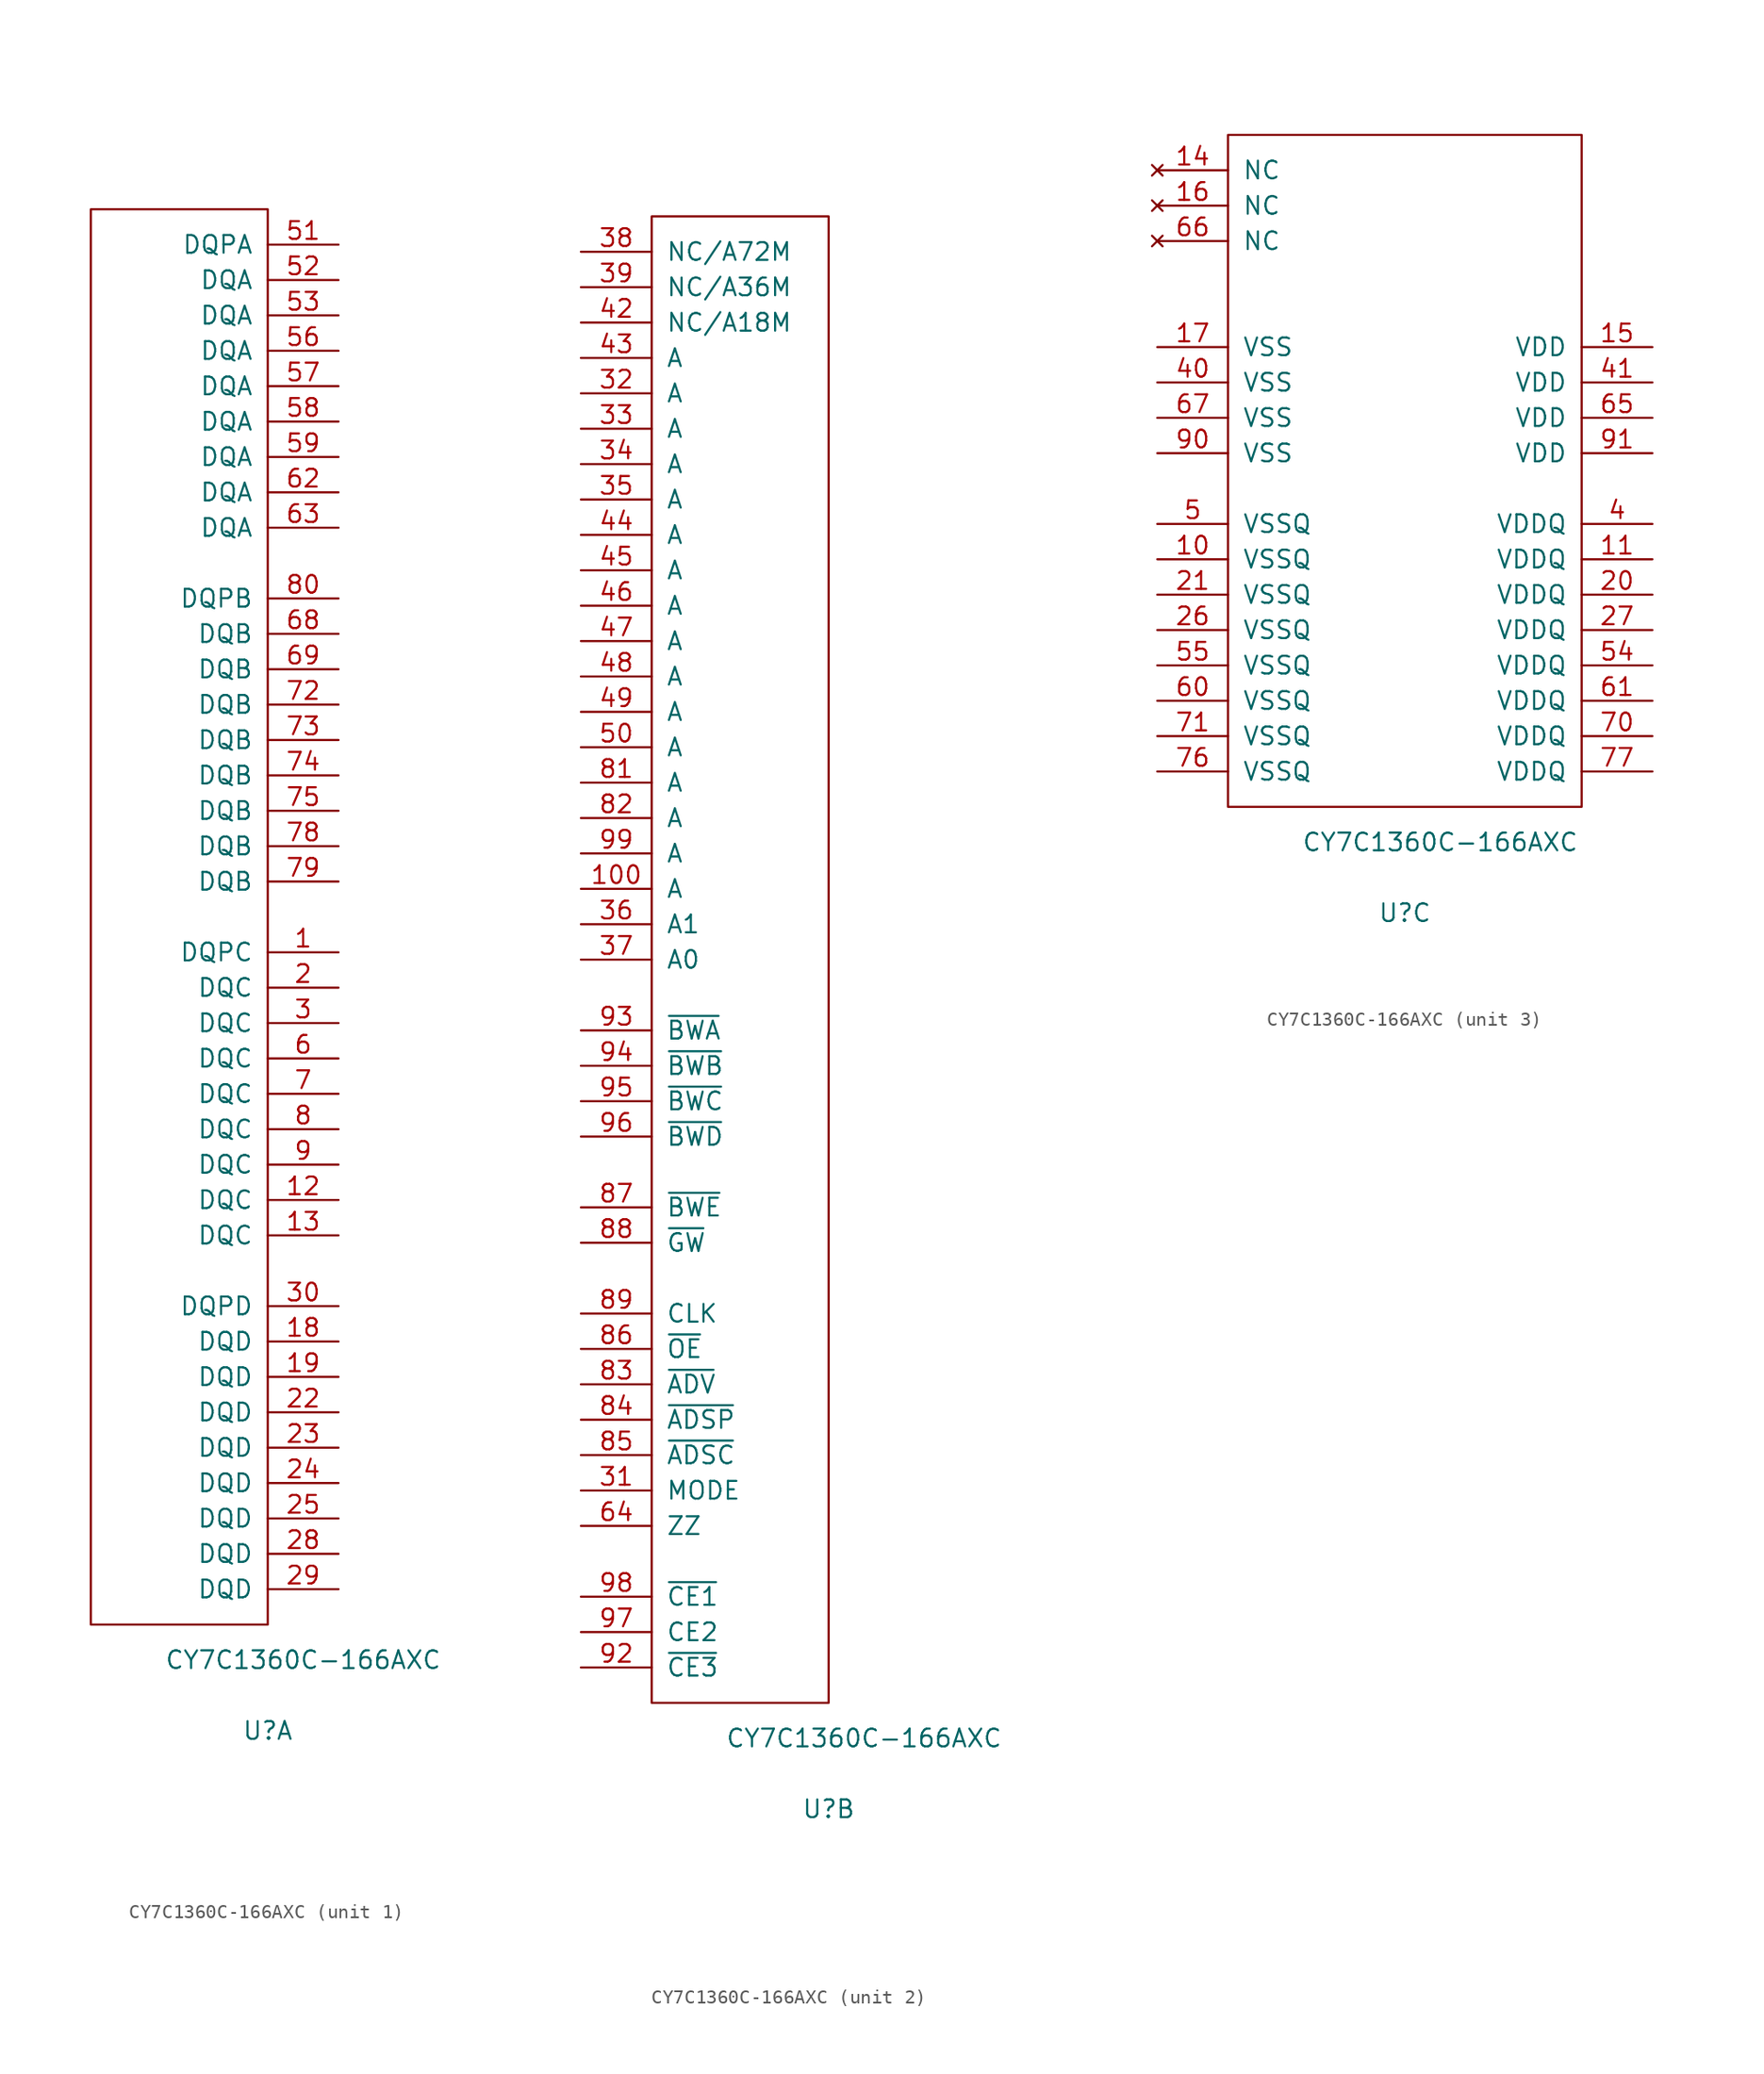
<source format=kicad_sym>
(kicad_symbol_lib
  (version 20220914)
  (generator kicad_symbol_editor)
  (symbol "CY7C1360C-166AXC"
    (pin_names
      (offset 1.016))
    (property "Reference" "U"
      (at 12.7 -7.62 0)
      (effects (font (size 1.27 1.27))))
    (property "Value" "CY7C1360C-166AXC"
      (at 15.24 -2.54 0)
      (effects (font (size 1.27 1.27))))
    (property "ki_locked" ""
      (at 0 0 0)
      (effects (font (size 1.27 1.27))))
    (symbol "CY7C1360C-166AXC_1_1"
      (rectangle (start 0 101.6) (end 12.7 0) (stroke (width 0) (type solid)) (fill (type none)))
      (pin bidirectional line (at 17.78 48.26 180) (length 5.08) (name "DQPC" (effects (font (size 1.27 1.27)))) (number "1" (effects (font (size 1.27 1.27)))))
      (pin bidirectional line (at 17.78 30.48 180) (length 5.08) (name "DQC" (effects (font (size 1.27 1.27)))) (number "12" (effects (font (size 1.27 1.27)))))
      (pin bidirectional line (at 17.78 27.94 180) (length 5.08) (name "DQC" (effects (font (size 1.27 1.27)))) (number "13" (effects (font (size 1.27 1.27)))))
      (pin bidirectional line (at 17.78 20.32 180) (length 5.08) (name "DQD" (effects (font (size 1.27 1.27)))) (number "18" (effects (font (size 1.27 1.27)))))
      (pin bidirectional line (at 17.78 17.78 180) (length 5.08) (name "DQD" (effects (font (size 1.27 1.27)))) (number "19" (effects (font (size 1.27 1.27)))))
      (pin bidirectional line (at 17.78 45.72 180) (length 5.08) (name "DQC" (effects (font (size 1.27 1.27)))) (number "2" (effects (font (size 1.27 1.27)))))
      (pin bidirectional line (at 17.78 15.24 180) (length 5.08) (name "DQD" (effects (font (size 1.27 1.27)))) (number "22" (effects (font (size 1.27 1.27)))))
      (pin bidirectional line (at 17.78 12.7 180) (length 5.08) (name "DQD" (effects (font (size 1.27 1.27)))) (number "23" (effects (font (size 1.27 1.27)))))
      (pin bidirectional line (at 17.78 10.16 180) (length 5.08) (name "DQD" (effects (font (size 1.27 1.27)))) (number "24" (effects (font (size 1.27 1.27)))))
      (pin bidirectional line (at 17.78 7.62 180) (length 5.08) (name "DQD" (effects (font (size 1.27 1.27)))) (number "25" (effects (font (size 1.27 1.27)))))
      (pin bidirectional line (at 17.78 5.08 180) (length 5.08) (name "DQD" (effects (font (size 1.27 1.27)))) (number "28" (effects (font (size 1.27 1.27)))))
      (pin bidirectional line (at 17.78 2.54 180) (length 5.08) (name "DQD" (effects (font (size 1.27 1.27)))) (number "29" (effects (font (size 1.27 1.27)))))
      (pin bidirectional line (at 17.78 43.18 180) (length 5.08) (name "DQC" (effects (font (size 1.27 1.27)))) (number "3" (effects (font (size 1.27 1.27)))))
      (pin bidirectional line (at 17.78 22.86 180) (length 5.08) (name "DQPD" (effects (font (size 1.27 1.27)))) (number "30" (effects (font (size 1.27 1.27)))))
      (pin bidirectional line (at 17.78 99.06 180) (length 5.08) (name "DQPA" (effects (font (size 1.27 1.27)))) (number "51" (effects (font (size 1.27 1.27)))))
      (pin bidirectional line (at 17.78 96.52 180) (length 5.08) (name "DQA" (effects (font (size 1.27 1.27)))) (number "52" (effects (font (size 1.27 1.27)))))
      (pin bidirectional line (at 17.78 93.98 180) (length 5.08) (name "DQA" (effects (font (size 1.27 1.27)))) (number "53" (effects (font (size 1.27 1.27)))))
      (pin bidirectional line (at 17.78 91.44 180) (length 5.08) (name "DQA" (effects (font (size 1.27 1.27)))) (number "56" (effects (font (size 1.27 1.27)))))
      (pin bidirectional line (at 17.78 88.9 180) (length 5.08) (name "DQA" (effects (font (size 1.27 1.27)))) (number "57" (effects (font (size 1.27 1.27)))))
      (pin bidirectional line (at 17.78 86.36 180) (length 5.08) (name "DQA" (effects (font (size 1.27 1.27)))) (number "58" (effects (font (size 1.27 1.27)))))
      (pin bidirectional line (at 17.78 83.82 180) (length 5.08) (name "DQA" (effects (font (size 1.27 1.27)))) (number "59" (effects (font (size 1.27 1.27)))))
      (pin bidirectional line (at 17.78 40.64 180) (length 5.08) (name "DQC" (effects (font (size 1.27 1.27)))) (number "6" (effects (font (size 1.27 1.27)))))
      (pin bidirectional line (at 17.78 81.28 180) (length 5.08) (name "DQA" (effects (font (size 1.27 1.27)))) (number "62" (effects (font (size 1.27 1.27)))))
      (pin bidirectional line (at 17.78 78.74 180) (length 5.08) (name "DQA" (effects (font (size 1.27 1.27)))) (number "63" (effects (font (size 1.27 1.27)))))
      (pin bidirectional line (at 17.78 71.12 180) (length 5.08) (name "DQB" (effects (font (size 1.27 1.27)))) (number "68" (effects (font (size 1.27 1.27)))))
      (pin bidirectional line (at 17.78 68.58 180) (length 5.08) (name "DQB" (effects (font (size 1.27 1.27)))) (number "69" (effects (font (size 1.27 1.27)))))
      (pin bidirectional line (at 17.78 38.1 180) (length 5.08) (name "DQC" (effects (font (size 1.27 1.27)))) (number "7" (effects (font (size 1.27 1.27)))))
      (pin bidirectional line (at 17.78 66.04 180) (length 5.08) (name "DQB" (effects (font (size 1.27 1.27)))) (number "72" (effects (font (size 1.27 1.27)))))
      (pin bidirectional line (at 17.78 63.5 180) (length 5.08) (name "DQB" (effects (font (size 1.27 1.27)))) (number "73" (effects (font (size 1.27 1.27)))))
      (pin bidirectional line (at 17.78 60.96 180) (length 5.08) (name "DQB" (effects (font (size 1.27 1.27)))) (number "74" (effects (font (size 1.27 1.27)))))
      (pin bidirectional line (at 17.78 58.42 180) (length 5.08) (name "DQB" (effects (font (size 1.27 1.27)))) (number "75" (effects (font (size 1.27 1.27)))))
      (pin bidirectional line (at 17.78 55.88 180) (length 5.08) (name "DQB" (effects (font (size 1.27 1.27)))) (number "78" (effects (font (size 1.27 1.27)))))
      (pin bidirectional line (at 17.78 53.34 180) (length 5.08) (name "DQB" (effects (font (size 1.27 1.27)))) (number "79" (effects (font (size 1.27 1.27)))))
      (pin bidirectional line (at 17.78 35.56 180) (length 5.08) (name "DQC" (effects (font (size 1.27 1.27)))) (number "8" (effects (font (size 1.27 1.27)))))
      (pin bidirectional line (at 17.78 73.66 180) (length 5.08) (name "DQPB" (effects (font (size 1.27 1.27)))) (number "80" (effects (font (size 1.27 1.27)))))
      (pin bidirectional line (at 17.78 33.02 180) (length 5.08) (name "DQC" (effects (font (size 1.27 1.27)))) (number "9" (effects (font (size 1.27 1.27))))))
    (symbol "CY7C1360C-166AXC_2_1"
      (rectangle (start 0 0) (end 12.7 106.68) (stroke (width 0) (type solid)) (fill (type none)))
      (pin input line (at -5.08 58.42 0) (length 5.08) (name "A" (effects (font (size 1.27 1.27)))) (number "100" (effects (font (size 1.27 1.27)))))
      (pin input line (at -5.08 15.24 0) (length 5.08) (name "MODE" (effects (font (size 1.27 1.27)))) (number "31" (effects (font (size 1.27 1.27)))))
      (pin input line (at -5.08 93.98 0) (length 5.08) (name "A" (effects (font (size 1.27 1.27)))) (number "32" (effects (font (size 1.27 1.27)))))
      (pin input line (at -5.08 91.44 0) (length 5.08) (name "A" (effects (font (size 1.27 1.27)))) (number "33" (effects (font (size 1.27 1.27)))))
      (pin input line (at -5.08 88.9 0) (length 5.08) (name "A" (effects (font (size 1.27 1.27)))) (number "34" (effects (font (size 1.27 1.27)))))
      (pin input line (at -5.08 86.36 0) (length 5.08) (name "A" (effects (font (size 1.27 1.27)))) (number "35" (effects (font (size 1.27 1.27)))))
      (pin input line (at -5.08 55.88 0) (length 5.08) (name "A1" (effects (font (size 1.27 1.27)))) (number "36" (effects (font (size 1.27 1.27)))))
      (pin input line (at -5.08 53.34 0) (length 5.08) (name "A0" (effects (font (size 1.27 1.27)))) (number "37" (effects (font (size 1.27 1.27)))))
      (pin input line (at -5.08 104.14 0) (length 5.08) (name "NC/A72M" (effects (font (size 1.27 1.27)))) (number "38" (effects (font (size 1.27 1.27)))))
      (pin input line (at -5.08 101.6 0) (length 5.08) (name "NC/A36M" (effects (font (size 1.27 1.27)))) (number "39" (effects (font (size 1.27 1.27)))))
      (pin input line (at -5.08 99.06 0) (length 5.08) (name "NC/A18M" (effects (font (size 1.27 1.27)))) (number "42" (effects (font (size 1.27 1.27)))))
      (pin input line (at -5.08 96.52 0) (length 5.08) (name "A" (effects (font (size 1.27 1.27)))) (number "43" (effects (font (size 1.27 1.27)))))
      (pin input line (at -5.08 83.82 0) (length 5.08) (name "A" (effects (font (size 1.27 1.27)))) (number "44" (effects (font (size 1.27 1.27)))))
      (pin input line (at -5.08 81.28 0) (length 5.08) (name "A" (effects (font (size 1.27 1.27)))) (number "45" (effects (font (size 1.27 1.27)))))
      (pin input line (at -5.08 78.74 0) (length 5.08) (name "A" (effects (font (size 1.27 1.27)))) (number "46" (effects (font (size 1.27 1.27)))))
      (pin input line (at -5.08 76.2 0) (length 5.08) (name "A" (effects (font (size 1.27 1.27)))) (number "47" (effects (font (size 1.27 1.27)))))
      (pin input line (at -5.08 73.66 0) (length 5.08) (name "A" (effects (font (size 1.27 1.27)))) (number "48" (effects (font (size 1.27 1.27)))))
      (pin input line (at -5.08 71.12 0) (length 5.08) (name "A" (effects (font (size 1.27 1.27)))) (number "49" (effects (font (size 1.27 1.27)))))
      (pin input line (at -5.08 68.58 0) (length 5.08) (name "A" (effects (font (size 1.27 1.27)))) (number "50" (effects (font (size 1.27 1.27)))))
      (pin input line (at -5.08 12.7 0) (length 5.08) (name "ZZ" (effects (font (size 1.27 1.27)))) (number "64" (effects (font (size 1.27 1.27)))))
      (pin input line (at -5.08 66.04 0) (length 5.08) (name "A" (effects (font (size 1.27 1.27)))) (number "81" (effects (font (size 1.27 1.27)))))
      (pin input line (at -5.08 63.5 0) (length 5.08) (name "A" (effects (font (size 1.27 1.27)))) (number "82" (effects (font (size 1.27 1.27)))))
      (pin input line (at -5.08 22.86 0) (length 5.08) (name "~{ADV}" (effects (font (size 1.27 1.27)))) (number "83" (effects (font (size 1.27 1.27)))))
      (pin input line (at -5.08 20.32 0) (length 5.08) (name "~{ADSP}" (effects (font (size 1.27 1.27)))) (number "84" (effects (font (size 1.27 1.27)))))
      (pin input line (at -5.08 17.78 0) (length 5.08) (name "~{ADSC}" (effects (font (size 1.27 1.27)))) (number "85" (effects (font (size 1.27 1.27)))))
      (pin input line (at -5.08 25.4 0) (length 5.08) (name "~{OE}" (effects (font (size 1.27 1.27)))) (number "86" (effects (font (size 1.27 1.27)))))
      (pin input line (at -5.08 35.56 0) (length 5.08) (name "~{BWE}" (effects (font (size 1.27 1.27)))) (number "87" (effects (font (size 1.27 1.27)))))
      (pin input line (at -5.08 33.02 0) (length 5.08) (name "~{GW}" (effects (font (size 1.27 1.27)))) (number "88" (effects (font (size 1.27 1.27)))))
      (pin input line (at -5.08 27.94 0) (length 5.08) (name "CLK" (effects (font (size 1.27 1.27)))) (number "89" (effects (font (size 1.27 1.27)))))
      (pin input line (at -5.08 2.54 0) (length 5.08) (name "~{CE3}" (effects (font (size 1.27 1.27)))) (number "92" (effects (font (size 1.27 1.27)))))
      (pin input line (at -5.08 48.26 0) (length 5.08) (name "~{BWA}" (effects (font (size 1.27 1.27)))) (number "93" (effects (font (size 1.27 1.27)))))
      (pin input line (at -5.08 45.72 0) (length 5.08) (name "~{BWB}" (effects (font (size 1.27 1.27)))) (number "94" (effects (font (size 1.27 1.27)))))
      (pin input line (at -5.08 43.18 0) (length 5.08) (name "~{BWC}" (effects (font (size 1.27 1.27)))) (number "95" (effects (font (size 1.27 1.27)))))
      (pin input line (at -5.08 40.64 0) (length 5.08) (name "~{BWD}" (effects (font (size 1.27 1.27)))) (number "96" (effects (font (size 1.27 1.27)))))
      (pin input line (at -5.08 5.08 0) (length 5.08) (name "CE2" (effects (font (size 1.27 1.27)))) (number "97" (effects (font (size 1.27 1.27)))))
      (pin input line (at -5.08 7.62 0) (length 5.08) (name "~{CE1}" (effects (font (size 1.27 1.27)))) (number "98" (effects (font (size 1.27 1.27)))))
      (pin input line (at -5.08 60.96 0) (length 5.08) (name "A" (effects (font (size 1.27 1.27)))) (number "99" (effects (font (size 1.27 1.27))))))
    (symbol "CY7C1360C-166AXC_3_1"
      (rectangle (start 0 0) (end 25.4 48.26) (stroke (width 0) (type solid)) (fill (type none)))
      (pin power_in line (at -5.08 17.78 0) (length 5.08) (name "VSSQ" (effects (font (size 1.27 1.27)))) (number "10" (effects (font (size 1.27 1.27)))))
      (pin power_in line (at 30.48 17.78 180) (length 5.08) (name "VDDQ" (effects (font (size 1.27 1.27)))) (number "11" (effects (font (size 1.27 1.27)))))
      (pin no_connect line (at -5.08 45.72 0) (length 5.08) (name "NC" (effects (font (size 1.27 1.27)))) (number "14" (effects (font (size 1.27 1.27)))))
      (pin power_in line (at 30.48 33.02 180) (length 5.08) (name "VDD" (effects (font (size 1.27 1.27)))) (number "15" (effects (font (size 1.27 1.27)))))
      (pin no_connect line (at -5.08 43.18 0) (length 5.08) (name "NC" (effects (font (size 1.27 1.27)))) (number "16" (effects (font (size 1.27 1.27)))))
      (pin power_in line (at -5.08 33.02 0) (length 5.08) (name "VSS" (effects (font (size 1.27 1.27)))) (number "17" (effects (font (size 1.27 1.27)))))
      (pin power_in line (at 30.48 15.24 180) (length 5.08) (name "VDDQ" (effects (font (size 1.27 1.27)))) (number "20" (effects (font (size 1.27 1.27)))))
      (pin power_in line (at -5.08 15.24 0) (length 5.08) (name "VSSQ" (effects (font (size 1.27 1.27)))) (number "21" (effects (font (size 1.27 1.27)))))
      (pin power_in line (at -5.08 12.7 0) (length 5.08) (name "VSSQ" (effects (font (size 1.27 1.27)))) (number "26" (effects (font (size 1.27 1.27)))))
      (pin power_in line (at 30.48 12.7 180) (length 5.08) (name "VDDQ" (effects (font (size 1.27 1.27)))) (number "27" (effects (font (size 1.27 1.27)))))
      (pin power_in line (at 30.48 20.32 180) (length 5.08) (name "VDDQ" (effects (font (size 1.27 1.27)))) (number "4" (effects (font (size 1.27 1.27)))))
      (pin power_in line (at -5.08 30.48 0) (length 5.08) (name "VSS" (effects (font (size 1.27 1.27)))) (number "40" (effects (font (size 1.27 1.27)))))
      (pin power_in line (at 30.48 30.48 180) (length 5.08) (name "VDD" (effects (font (size 1.27 1.27)))) (number "41" (effects (font (size 1.27 1.27)))))
      (pin power_in line (at -5.08 20.32 0) (length 5.08) (name "VSSQ" (effects (font (size 1.27 1.27)))) (number "5" (effects (font (size 1.27 1.27)))))
      (pin power_in line (at 30.48 10.16 180) (length 5.08) (name "VDDQ" (effects (font (size 1.27 1.27)))) (number "54" (effects (font (size 1.27 1.27)))))
      (pin power_in line (at -5.08 10.16 0) (length 5.08) (name "VSSQ" (effects (font (size 1.27 1.27)))) (number "55" (effects (font (size 1.27 1.27)))))
      (pin power_in line (at -5.08 7.62 0) (length 5.08) (name "VSSQ" (effects (font (size 1.27 1.27)))) (number "60" (effects (font (size 1.27 1.27)))))
      (pin power_in line (at 30.48 7.62 180) (length 5.08) (name "VDDQ" (effects (font (size 1.27 1.27)))) (number "61" (effects (font (size 1.27 1.27)))))
      (pin power_in line (at 30.48 27.94 180) (length 5.08) (name "VDD" (effects (font (size 1.27 1.27)))) (number "65" (effects (font (size 1.27 1.27)))))
      (pin no_connect line (at -5.08 40.64 0) (length 5.08) (name "NC" (effects (font (size 1.27 1.27)))) (number "66" (effects (font (size 1.27 1.27)))))
      (pin power_in line (at -5.08 27.94 0) (length 5.08) (name "VSS" (effects (font (size 1.27 1.27)))) (number "67" (effects (font (size 1.27 1.27)))))
      (pin power_in line (at 30.48 5.08 180) (length 5.08) (name "VDDQ" (effects (font (size 1.27 1.27)))) (number "70" (effects (font (size 1.27 1.27)))))
      (pin power_in line (at -5.08 5.08 0) (length 5.08) (name "VSSQ" (effects (font (size 1.27 1.27)))) (number "71" (effects (font (size 1.27 1.27)))))
      (pin power_in line (at -5.08 2.54 0) (length 5.08) (name "VSSQ" (effects (font (size 1.27 1.27)))) (number "76" (effects (font (size 1.27 1.27)))))
      (pin power_in line (at 30.48 2.54 180) (length 5.08) (name "VDDQ" (effects (font (size 1.27 1.27)))) (number "77" (effects (font (size 1.27 1.27)))))
      (pin power_in line (at -5.08 25.4 0) (length 5.08) (name "VSS" (effects (font (size 1.27 1.27)))) (number "90" (effects (font (size 1.27 1.27)))))
      (pin power_in line (at 30.48 25.4 180) (length 5.08) (name "VDD" (effects (font (size 1.27 1.27)))) (number "91" (effects (font (size 1.27 1.27))))))))
</source>
